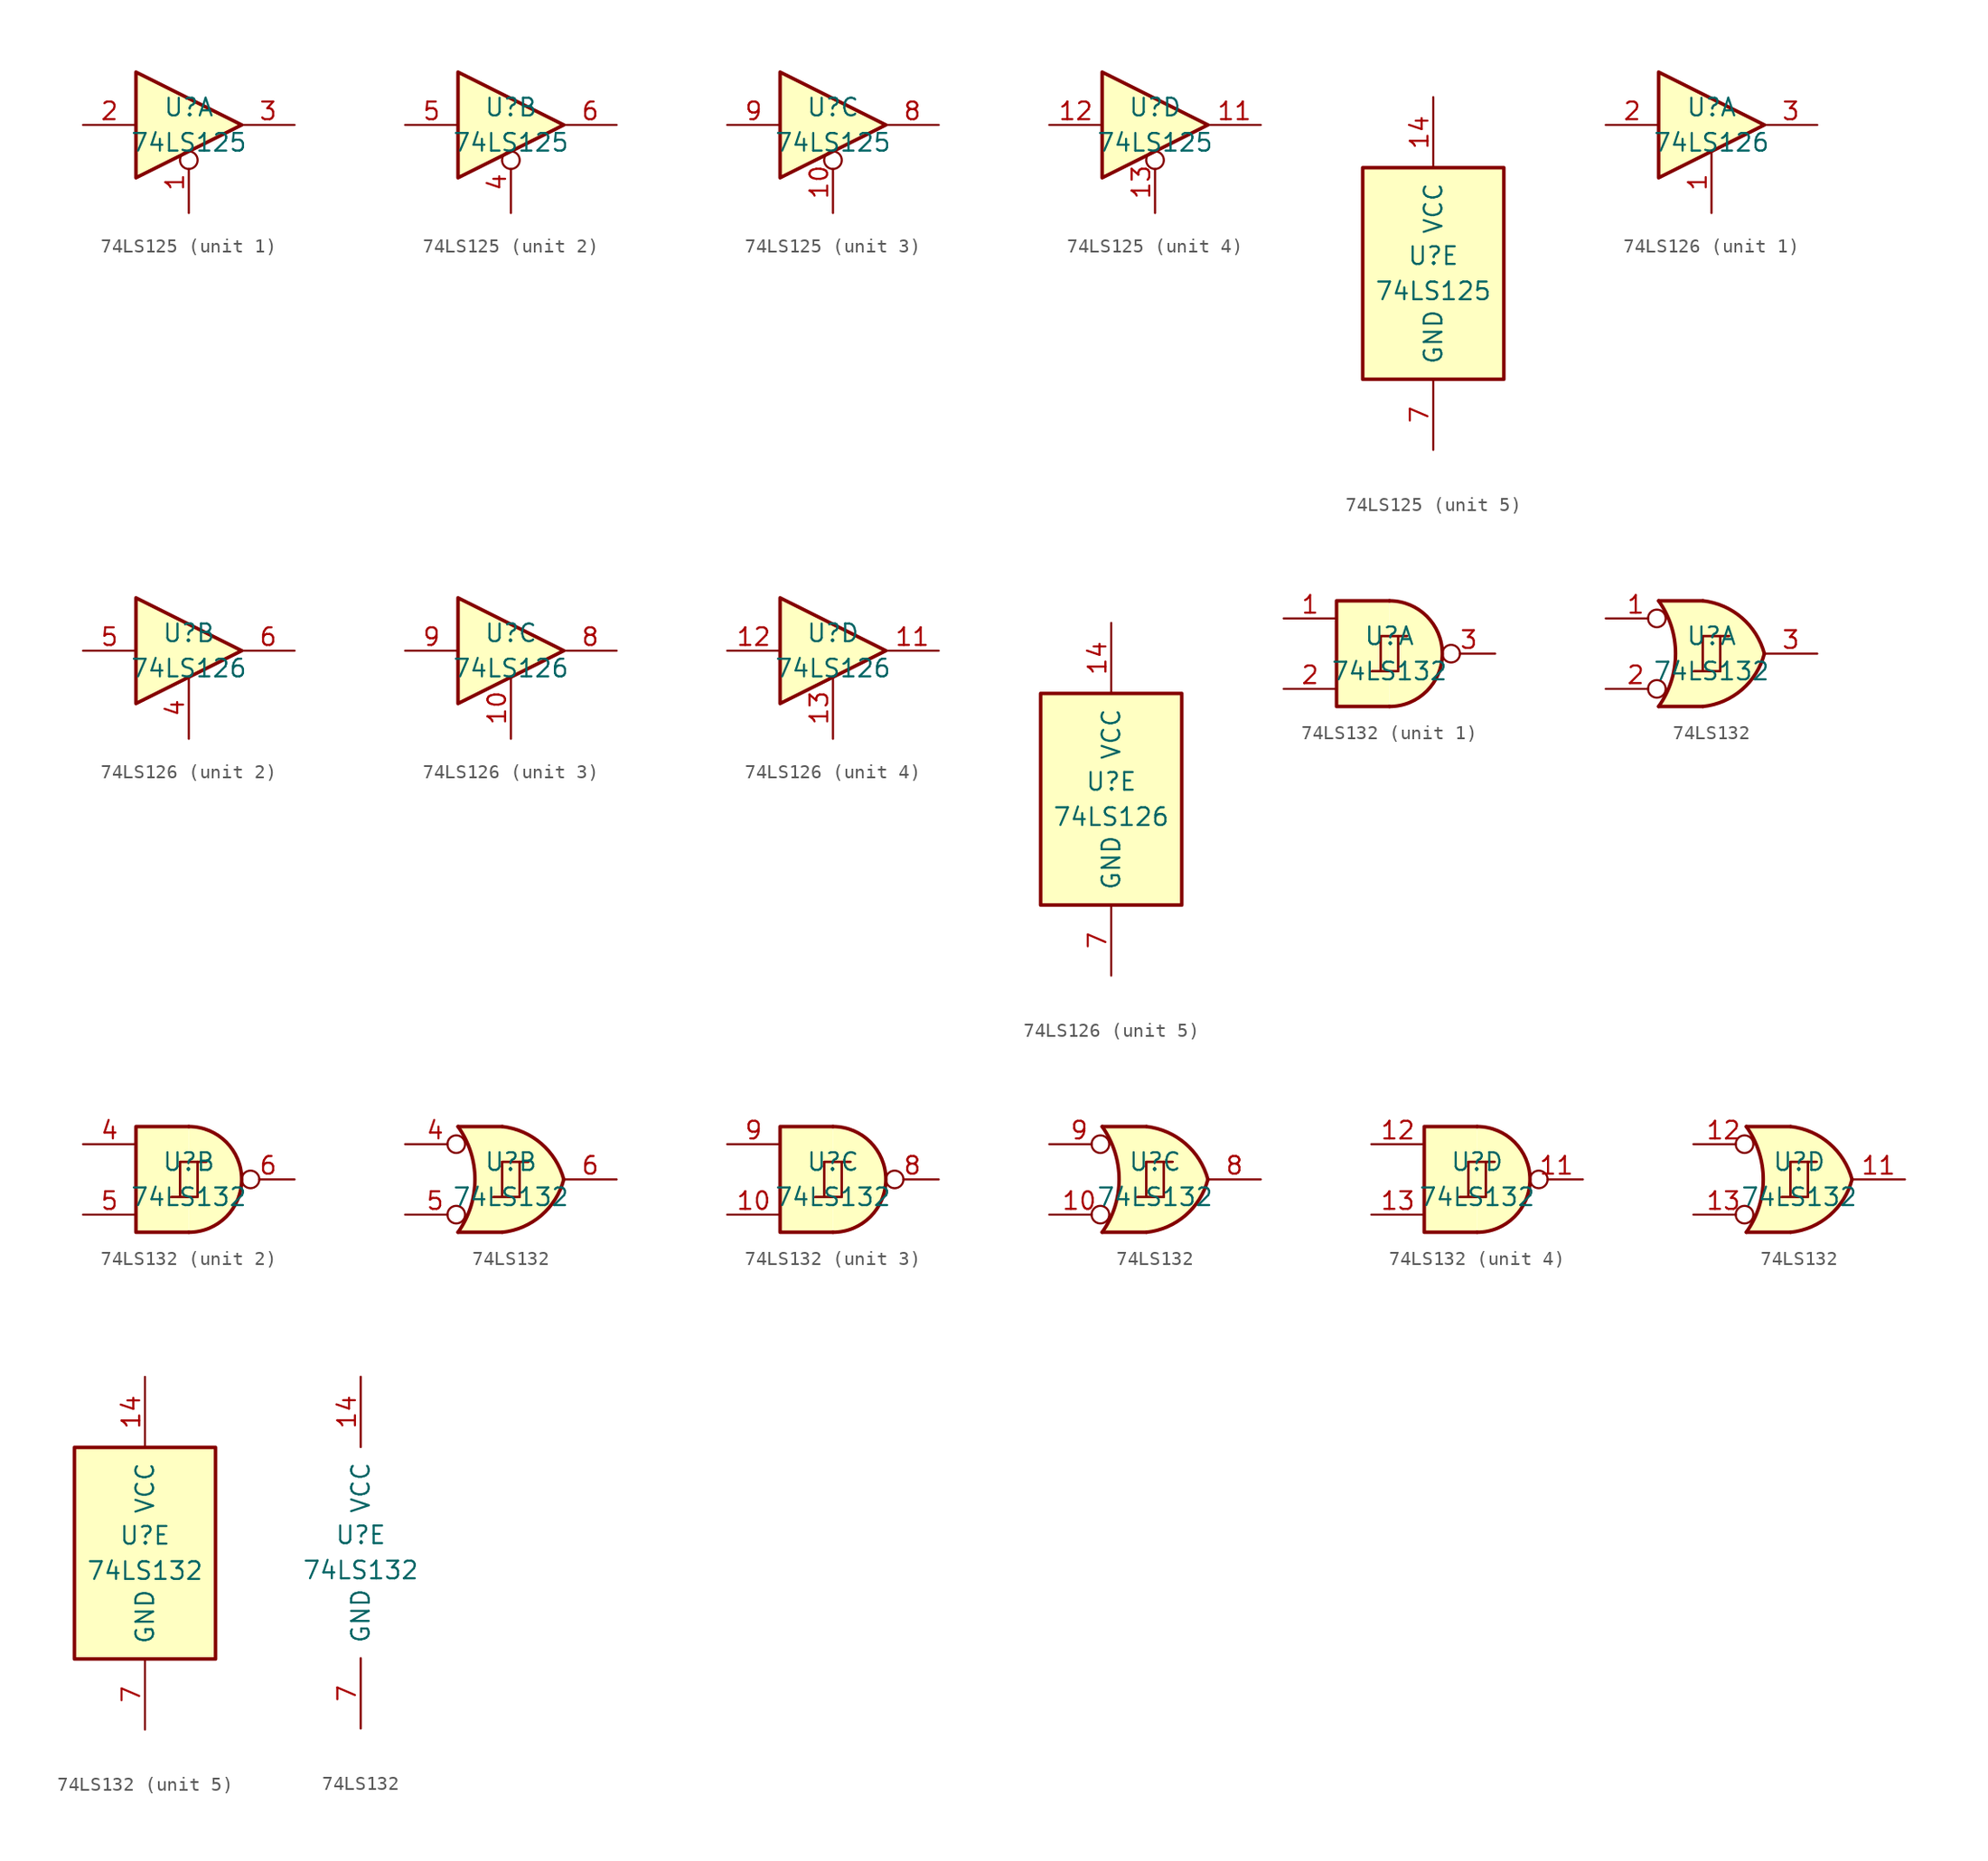
<source format=kicad_sym>
(kicad_symbol_lib
  (version 20241209)
  (generator "kicad_symbol_editor")
  (generator_version "9.0")
  (symbol "74LS125"
    (pin_names
      (offset 1.016))
    (property "Reference" "U"
      (at 0 1.27 0)
      (effects (font (size 1.27 1.27))))
    (property "Value" "74LS125"
      (at 0 -1.27 0)
      (effects (font (size 1.27 1.27))))
    (property "ki_locked" ""
      (at 0 0 0)
      (effects (font (size 1.27 1.27))))
    (symbol "74LS125_1_0"
      (polyline (pts (xy -3.81 3.81) (xy -3.81 -3.81) (xy 3.81 0) (xy -3.81 3.81)) (stroke (width 0.254) (type solid)) (fill (type background)))
      (pin input line (at -7.62 0 0) (length 3.81) (name "~" (effects (font (size 1.27 1.27)))) (number "2" (effects (font (size 1.27 1.27)))))
      (pin input inverted (at 0 -6.35 90) (length 4.445) (name "~" (effects (font (size 1.27 1.27)))) (number "1" (effects (font (size 1.27 1.27)))))
      (pin tri_state line (at 7.62 0 180) (length 3.81) (name "~" (effects (font (size 1.27 1.27)))) (number "3" (effects (font (size 1.27 1.27))))))
    (symbol "74LS125_2_0"
      (polyline (pts (xy -3.81 3.81) (xy -3.81 -3.81) (xy 3.81 0) (xy -3.81 3.81)) (stroke (width 0.254) (type solid)) (fill (type background)))
      (pin input line (at -7.62 0 0) (length 3.81) (name "~" (effects (font (size 1.27 1.27)))) (number "5" (effects (font (size 1.27 1.27)))))
      (pin input inverted (at 0 -6.35 90) (length 4.445) (name "~" (effects (font (size 1.27 1.27)))) (number "4" (effects (font (size 1.27 1.27)))))
      (pin tri_state line (at 7.62 0 180) (length 3.81) (name "~" (effects (font (size 1.27 1.27)))) (number "6" (effects (font (size 1.27 1.27))))))
    (symbol "74LS125_3_0"
      (polyline (pts (xy -3.81 3.81) (xy -3.81 -3.81) (xy 3.81 0) (xy -3.81 3.81)) (stroke (width 0.254) (type solid)) (fill (type background)))
      (pin input line (at -7.62 0 0) (length 3.81) (name "~" (effects (font (size 1.27 1.27)))) (number "9" (effects (font (size 1.27 1.27)))))
      (pin input inverted (at 0 -6.35 90) (length 4.445) (name "~" (effects (font (size 1.27 1.27)))) (number "10" (effects (font (size 1.27 1.27)))))
      (pin tri_state line (at 7.62 0 180) (length 3.81) (name "~" (effects (font (size 1.27 1.27)))) (number "8" (effects (font (size 1.27 1.27))))))
    (symbol "74LS125_4_0"
      (polyline (pts (xy -3.81 3.81) (xy -3.81 -3.81) (xy 3.81 0) (xy -3.81 3.81)) (stroke (width 0.254) (type solid)) (fill (type background)))
      (pin input line (at -7.62 0 0) (length 3.81) (name "~" (effects (font (size 1.27 1.27)))) (number "12" (effects (font (size 1.27 1.27)))))
      (pin input inverted (at 0 -6.35 90) (length 4.445) (name "~" (effects (font (size 1.27 1.27)))) (number "13" (effects (font (size 1.27 1.27)))))
      (pin tri_state line (at 7.62 0 180) (length 3.81) (name "~" (effects (font (size 1.27 1.27)))) (number "11" (effects (font (size 1.27 1.27))))))
    (symbol "74LS125_5_0"
      (pin power_in line (at 0 12.7 270) (length 5.08) (name "VCC" (effects (font (size 1.27 1.27)))) (number "14" (effects (font (size 1.27 1.27)))))
      (pin power_in line (at 0 -12.7 90) (length 5.08) (name "GND" (effects (font (size 1.27 1.27)))) (number "7" (effects (font (size 1.27 1.27))))))
    (symbol "74LS125_5_1"
      (rectangle (start -5.08 7.62) (end 5.08 -7.62) (stroke (width 0.254) (type solid)) (fill (type background)))))
  (symbol "74LS126"
    (pin_names
      (offset 1.016))
    (property "Reference" "U"
      (at 0 1.27 0)
      (effects (font (size 1.27 1.27))))
    (property "Value" "74LS126"
      (at 0 -1.27 0)
      (effects (font (size 1.27 1.27))))
    (property "ki_locked" ""
      (at 0 0 0)
      (effects (font (size 1.27 1.27))))
    (symbol "74LS126_1_0"
      (polyline (pts (xy -3.81 3.81) (xy -3.81 -3.81) (xy 3.81 0) (xy -3.81 3.81)) (stroke (width 0.254) (type solid)) (fill (type background)))
      (pin input line (at -7.62 0 0) (length 3.81) (name "~" (effects (font (size 1.27 1.27)))) (number "2" (effects (font (size 1.27 1.27)))))
      (pin input line (at 0 -6.35 90) (length 4.445) (name "~" (effects (font (size 1.27 1.27)))) (number "1" (effects (font (size 1.27 1.27)))))
      (pin tri_state line (at 7.62 0 180) (length 3.81) (name "~" (effects (font (size 1.27 1.27)))) (number "3" (effects (font (size 1.27 1.27))))))
    (symbol "74LS126_2_0"
      (polyline (pts (xy -3.81 3.81) (xy -3.81 -3.81) (xy 3.81 0) (xy -3.81 3.81)) (stroke (width 0.254) (type solid)) (fill (type background)))
      (pin input line (at -7.62 0 0) (length 3.81) (name "~" (effects (font (size 1.27 1.27)))) (number "5" (effects (font (size 1.27 1.27)))))
      (pin input line (at 0 -6.35 90) (length 4.445) (name "~" (effects (font (size 1.27 1.27)))) (number "4" (effects (font (size 1.27 1.27)))))
      (pin tri_state line (at 7.62 0 180) (length 3.81) (name "~" (effects (font (size 1.27 1.27)))) (number "6" (effects (font (size 1.27 1.27))))))
    (symbol "74LS126_3_0"
      (polyline (pts (xy -3.81 3.81) (xy -3.81 -3.81) (xy 3.81 0) (xy -3.81 3.81)) (stroke (width 0.254) (type solid)) (fill (type background)))
      (pin input line (at -7.62 0 0) (length 3.81) (name "~" (effects (font (size 1.27 1.27)))) (number "9" (effects (font (size 1.27 1.27)))))
      (pin input line (at 0 -6.35 90) (length 4.445) (name "~" (effects (font (size 1.27 1.27)))) (number "10" (effects (font (size 1.27 1.27)))))
      (pin tri_state line (at 7.62 0 180) (length 3.81) (name "~" (effects (font (size 1.27 1.27)))) (number "8" (effects (font (size 1.27 1.27))))))
    (symbol "74LS126_4_0"
      (polyline (pts (xy -3.81 3.81) (xy -3.81 -3.81) (xy 3.81 0) (xy -3.81 3.81)) (stroke (width 0.254) (type solid)) (fill (type background)))
      (pin input line (at -7.62 0 0) (length 3.81) (name "~" (effects (font (size 1.27 1.27)))) (number "12" (effects (font (size 1.27 1.27)))))
      (pin input line (at 0 -6.35 90) (length 4.445) (name "~" (effects (font (size 1.27 1.27)))) (number "13" (effects (font (size 1.27 1.27)))))
      (pin tri_state line (at 7.62 0 180) (length 3.81) (name "~" (effects (font (size 1.27 1.27)))) (number "11" (effects (font (size 1.27 1.27))))))
    (symbol "74LS126_5_0"
      (pin power_in line (at 0 12.7 270) (length 5.08) (name "VCC" (effects (font (size 1.27 1.27)))) (number "14" (effects (font (size 1.27 1.27)))))
      (pin power_in line (at 0 -12.7 90) (length 5.08) (name "GND" (effects (font (size 1.27 1.27)))) (number "7" (effects (font (size 1.27 1.27))))))
    (symbol "74LS126_5_1"
      (rectangle (start -5.08 7.62) (end 5.08 -7.62) (stroke (width 0.254) (type solid)) (fill (type background)))))
  (symbol "74LS132"
    (pin_names
      (offset 1.016))
    (property "Reference" "U"
      (at 0 1.27 0)
      (effects (font (size 1.27 1.27))))
    (property "Value" "74LS132"
      (at 0 -1.27 0)
      (effects (font (size 1.27 1.27))))
    (property "ki_locked" ""
      (at 0 0 0)
      (effects (font (size 1.27 1.27))))
    (symbol "74LS132_1_0"
      (polyline (pts (xy -1.27 -1.27) (xy 0.635 -1.27) (xy 0.635 1.27) (xy 1.27 1.27)) (stroke (width 0) (type solid)) (fill (type none)))
      (polyline (pts (xy -1.27 -1.27) (xy 0.635 -1.27) (xy 0.635 1.27) (xy 1.27 1.27)) (stroke (width 0) (type solid)) (fill (type none)))
      (polyline (pts (xy -0.635 -1.27) (xy -0.635 1.27) (xy 0.635 1.27)) (stroke (width 0) (type solid)) (fill (type none)))
      (polyline (pts (xy -0.635 -1.27) (xy -0.635 1.27) (xy 0.635 1.27)) (stroke (width 0) (type solid)) (fill (type none))))
    (symbol "74LS132_1_1"
      (polyline (pts (xy 0 3.81) (xy -3.81 3.81) (xy -3.81 -3.81) (xy 0 -3.81)) (stroke (width 0.254) (type solid)) (fill (type background)))
      (arc (start 0 3.81) (mid 3.81 0) (end 0 -3.81) (stroke (width 0.254) (type solid)) (fill (type background)))
      (pin input line (at -7.62 2.54 0) (length 3.81) (name "~" (effects (font (size 1.27 1.27)))) (number "1" (effects (font (size 1.27 1.27)))))
      (pin input line (at -7.62 -2.54 0) (length 3.81) (name "~" (effects (font (size 1.27 1.27)))) (number "2" (effects (font (size 1.27 1.27)))))
      (pin output inverted (at 7.62 0 180) (length 3.81) (name "~" (effects (font (size 1.27 1.27)))) (number "3" (effects (font (size 1.27 1.27))))))
    (symbol "74LS132_1_2"
      (arc (start -3.81 3.81) (mid -2.589 0) (end -3.81 -3.81) (stroke (width 0.254) (type solid)) (fill (type none)))
      (polyline (pts (xy -3.81 3.81) (xy -0.635 3.81)) (stroke (width 0.254) (type solid)) (fill (type background)))
      (polyline (pts (xy -3.81 -3.81) (xy -0.635 -3.81)) (stroke (width 0.254) (type solid)) (fill (type background)))
      (arc (start 3.81 0) (mid 2.1915 -2.5936) (end -0.6096 -3.81) (stroke (width 0.254) (type solid)) (fill (type background)))
      (arc (start -0.6096 3.81) (mid 2.1842 2.5851) (end 3.81 0) (stroke (width 0.254) (type solid)) (fill (type background)))
      (polyline (pts (xy -0.635 3.81) (xy -3.81 3.81) (xy -3.81 3.81) (xy -3.556 3.404) (xy -3.023 2.261) (xy -2.692 1.041) (xy -2.616 -0.254) (xy -2.769 -1.499) (xy -3.175 -2.718) (xy -3.81 -3.81) (xy -3.81 -3.81) (xy -0.635 -3.81)) (stroke (width -25.4) (type solid)) (fill (type background)))
      (pin input inverted (at -7.62 2.54 0) (length 4.318) (name "~" (effects (font (size 1.27 1.27)))) (number "1" (effects (font (size 1.27 1.27)))))
      (pin input inverted (at -7.62 -2.54 0) (length 4.318) (name "~" (effects (font (size 1.27 1.27)))) (number "2" (effects (font (size 1.27 1.27)))))
      (pin output line (at 7.62 0 180) (length 3.81) (name "~" (effects (font (size 1.27 1.27)))) (number "3" (effects (font (size 1.27 1.27))))))
    (symbol "74LS132_2_0"
      (polyline (pts (xy -1.27 -1.27) (xy 0.635 -1.27) (xy 0.635 1.27) (xy 1.27 1.27)) (stroke (width 0) (type solid)) (fill (type none)))
      (polyline (pts (xy -1.27 -1.27) (xy 0.635 -1.27) (xy 0.635 1.27) (xy 1.27 1.27)) (stroke (width 0) (type solid)) (fill (type none)))
      (polyline (pts (xy -0.635 -1.27) (xy -0.635 1.27) (xy 0.635 1.27)) (stroke (width 0) (type solid)) (fill (type none)))
      (polyline (pts (xy -0.635 -1.27) (xy -0.635 1.27) (xy 0.635 1.27)) (stroke (width 0) (type solid)) (fill (type none))))
    (symbol "74LS132_2_1"
      (polyline (pts (xy 0 3.81) (xy -3.81 3.81) (xy -3.81 -3.81) (xy 0 -3.81)) (stroke (width 0.254) (type solid)) (fill (type background)))
      (arc (start 0 3.81) (mid 3.81 0) (end 0 -3.81) (stroke (width 0.254) (type solid)) (fill (type background)))
      (pin input line (at -7.62 2.54 0) (length 3.81) (name "~" (effects (font (size 1.27 1.27)))) (number "4" (effects (font (size 1.27 1.27)))))
      (pin input line (at -7.62 -2.54 0) (length 3.81) (name "~" (effects (font (size 1.27 1.27)))) (number "5" (effects (font (size 1.27 1.27)))))
      (pin output inverted (at 7.62 0 180) (length 3.81) (name "~" (effects (font (size 1.27 1.27)))) (number "6" (effects (font (size 1.27 1.27))))))
    (symbol "74LS132_2_2"
      (arc (start -3.81 3.81) (mid -2.589 0) (end -3.81 -3.81) (stroke (width 0.254) (type solid)) (fill (type none)))
      (polyline (pts (xy -3.81 3.81) (xy -0.635 3.81)) (stroke (width 0.254) (type solid)) (fill (type background)))
      (polyline (pts (xy -3.81 -3.81) (xy -0.635 -3.81)) (stroke (width 0.254) (type solid)) (fill (type background)))
      (arc (start 3.81 0) (mid 2.1915 -2.5936) (end -0.6096 -3.81) (stroke (width 0.254) (type solid)) (fill (type background)))
      (arc (start -0.6096 3.81) (mid 2.1842 2.5851) (end 3.81 0) (stroke (width 0.254) (type solid)) (fill (type background)))
      (polyline (pts (xy -0.635 3.81) (xy -3.81 3.81) (xy -3.81 3.81) (xy -3.556 3.404) (xy -3.023 2.261) (xy -2.692 1.041) (xy -2.616 -0.254) (xy -2.769 -1.499) (xy -3.175 -2.718) (xy -3.81 -3.81) (xy -3.81 -3.81) (xy -0.635 -3.81)) (stroke (width -25.4) (type solid)) (fill (type background)))
      (pin input inverted (at -7.62 2.54 0) (length 4.318) (name "~" (effects (font (size 1.27 1.27)))) (number "4" (effects (font (size 1.27 1.27)))))
      (pin input inverted (at -7.62 -2.54 0) (length 4.318) (name "~" (effects (font (size 1.27 1.27)))) (number "5" (effects (font (size 1.27 1.27)))))
      (pin output line (at 7.62 0 180) (length 3.81) (name "~" (effects (font (size 1.27 1.27)))) (number "6" (effects (font (size 1.27 1.27))))))
    (symbol "74LS132_3_0"
      (polyline (pts (xy -1.27 -1.27) (xy 0.635 -1.27) (xy 0.635 1.27) (xy 1.27 1.27)) (stroke (width 0) (type solid)) (fill (type none)))
      (polyline (pts (xy -1.27 -1.27) (xy 0.635 -1.27) (xy 0.635 1.27) (xy 1.27 1.27)) (stroke (width 0) (type solid)) (fill (type none)))
      (polyline (pts (xy -0.635 -1.27) (xy -0.635 1.27) (xy 0.635 1.27)) (stroke (width 0) (type solid)) (fill (type none)))
      (polyline (pts (xy -0.635 -1.27) (xy -0.635 1.27) (xy 0.635 1.27)) (stroke (width 0) (type solid)) (fill (type none))))
    (symbol "74LS132_3_1"
      (polyline (pts (xy 0 3.81) (xy -3.81 3.81) (xy -3.81 -3.81) (xy 0 -3.81)) (stroke (width 0.254) (type solid)) (fill (type background)))
      (arc (start 0 3.81) (mid 3.81 0) (end 0 -3.81) (stroke (width 0.254) (type solid)) (fill (type background)))
      (pin input line (at -7.62 2.54 0) (length 3.81) (name "~" (effects (font (size 1.27 1.27)))) (number "9" (effects (font (size 1.27 1.27)))))
      (pin input line (at -7.62 -2.54 0) (length 3.81) (name "~" (effects (font (size 1.27 1.27)))) (number "10" (effects (font (size 1.27 1.27)))))
      (pin output inverted (at 7.62 0 180) (length 3.81) (name "~" (effects (font (size 1.27 1.27)))) (number "8" (effects (font (size 1.27 1.27))))))
    (symbol "74LS132_3_2"
      (arc (start -3.81 3.81) (mid -2.589 0) (end -3.81 -3.81) (stroke (width 0.254) (type solid)) (fill (type none)))
      (polyline (pts (xy -3.81 3.81) (xy -0.635 3.81)) (stroke (width 0.254) (type solid)) (fill (type background)))
      (polyline (pts (xy -3.81 -3.81) (xy -0.635 -3.81)) (stroke (width 0.254) (type solid)) (fill (type background)))
      (arc (start 3.81 0) (mid 2.1915 -2.5936) (end -0.6096 -3.81) (stroke (width 0.254) (type solid)) (fill (type background)))
      (arc (start -0.6096 3.81) (mid 2.1842 2.5851) (end 3.81 0) (stroke (width 0.254) (type solid)) (fill (type background)))
      (polyline (pts (xy -0.635 3.81) (xy -3.81 3.81) (xy -3.81 3.81) (xy -3.556 3.404) (xy -3.023 2.261) (xy -2.692 1.041) (xy -2.616 -0.254) (xy -2.769 -1.499) (xy -3.175 -2.718) (xy -3.81 -3.81) (xy -3.81 -3.81) (xy -0.635 -3.81)) (stroke (width -25.4) (type solid)) (fill (type background)))
      (pin input inverted (at -7.62 2.54 0) (length 4.318) (name "~" (effects (font (size 1.27 1.27)))) (number "9" (effects (font (size 1.27 1.27)))))
      (pin input inverted (at -7.62 -2.54 0) (length 4.318) (name "~" (effects (font (size 1.27 1.27)))) (number "10" (effects (font (size 1.27 1.27)))))
      (pin output line (at 7.62 0 180) (length 3.81) (name "~" (effects (font (size 1.27 1.27)))) (number "8" (effects (font (size 1.27 1.27))))))
    (symbol "74LS132_4_0"
      (polyline (pts (xy -1.27 -1.27) (xy 0.635 -1.27) (xy 0.635 1.27) (xy 1.27 1.27)) (stroke (width 0) (type solid)) (fill (type none)))
      (polyline (pts (xy -1.27 -1.27) (xy 0.635 -1.27) (xy 0.635 1.27) (xy 1.27 1.27)) (stroke (width 0) (type solid)) (fill (type none)))
      (polyline (pts (xy -0.635 -1.27) (xy -0.635 1.27) (xy 0.635 1.27)) (stroke (width 0) (type solid)) (fill (type none)))
      (polyline (pts (xy -0.635 -1.27) (xy -0.635 1.27) (xy 0.635 1.27)) (stroke (width 0) (type solid)) (fill (type none))))
    (symbol "74LS132_4_1"
      (polyline (pts (xy 0 3.81) (xy -3.81 3.81) (xy -3.81 -3.81) (xy 0 -3.81)) (stroke (width 0.254) (type solid)) (fill (type background)))
      (arc (start 0 3.81) (mid 3.81 0) (end 0 -3.81) (stroke (width 0.254) (type solid)) (fill (type background)))
      (pin input line (at -7.62 2.54 0) (length 3.81) (name "~" (effects (font (size 1.27 1.27)))) (number "12" (effects (font (size 1.27 1.27)))))
      (pin input line (at -7.62 -2.54 0) (length 3.81) (name "~" (effects (font (size 1.27 1.27)))) (number "13" (effects (font (size 1.27 1.27)))))
      (pin output inverted (at 7.62 0 180) (length 3.81) (name "~" (effects (font (size 1.27 1.27)))) (number "11" (effects (font (size 1.27 1.27))))))
    (symbol "74LS132_4_2"
      (arc (start -3.81 3.81) (mid -2.589 0) (end -3.81 -3.81) (stroke (width 0.254) (type solid)) (fill (type none)))
      (polyline (pts (xy -3.81 3.81) (xy -0.635 3.81)) (stroke (width 0.254) (type solid)) (fill (type background)))
      (polyline (pts (xy -3.81 -3.81) (xy -0.635 -3.81)) (stroke (width 0.254) (type solid)) (fill (type background)))
      (arc (start 3.81 0) (mid 2.1915 -2.5936) (end -0.6096 -3.81) (stroke (width 0.254) (type solid)) (fill (type background)))
      (arc (start -0.6096 3.81) (mid 2.1842 2.5851) (end 3.81 0) (stroke (width 0.254) (type solid)) (fill (type background)))
      (polyline (pts (xy -0.635 3.81) (xy -3.81 3.81) (xy -3.81 3.81) (xy -3.556 3.404) (xy -3.023 2.261) (xy -2.692 1.041) (xy -2.616 -0.254) (xy -2.769 -1.499) (xy -3.175 -2.718) (xy -3.81 -3.81) (xy -3.81 -3.81) (xy -0.635 -3.81)) (stroke (width -25.4) (type solid)) (fill (type background)))
      (pin input inverted (at -7.62 2.54 0) (length 4.318) (name "~" (effects (font (size 1.27 1.27)))) (number "12" (effects (font (size 1.27 1.27)))))
      (pin input inverted (at -7.62 -2.54 0) (length 4.318) (name "~" (effects (font (size 1.27 1.27)))) (number "13" (effects (font (size 1.27 1.27)))))
      (pin output line (at 7.62 0 180) (length 3.81) (name "~" (effects (font (size 1.27 1.27)))) (number "11" (effects (font (size 1.27 1.27))))))
    (symbol "74LS132_5_0"
      (pin power_in line (at 0 12.7 270) (length 5.08) (name "VCC" (effects (font (size 1.27 1.27)))) (number "14" (effects (font (size 1.27 1.27)))))
      (pin power_in line (at 0 -12.7 90) (length 5.08) (name "GND" (effects (font (size 1.27 1.27)))) (number "7" (effects (font (size 1.27 1.27))))))
    (symbol "74LS132_5_1"
      (rectangle (start -5.08 7.62) (end 5.08 -7.62) (stroke (width 0.254) (type solid)) (fill (type background))))))
</source>
